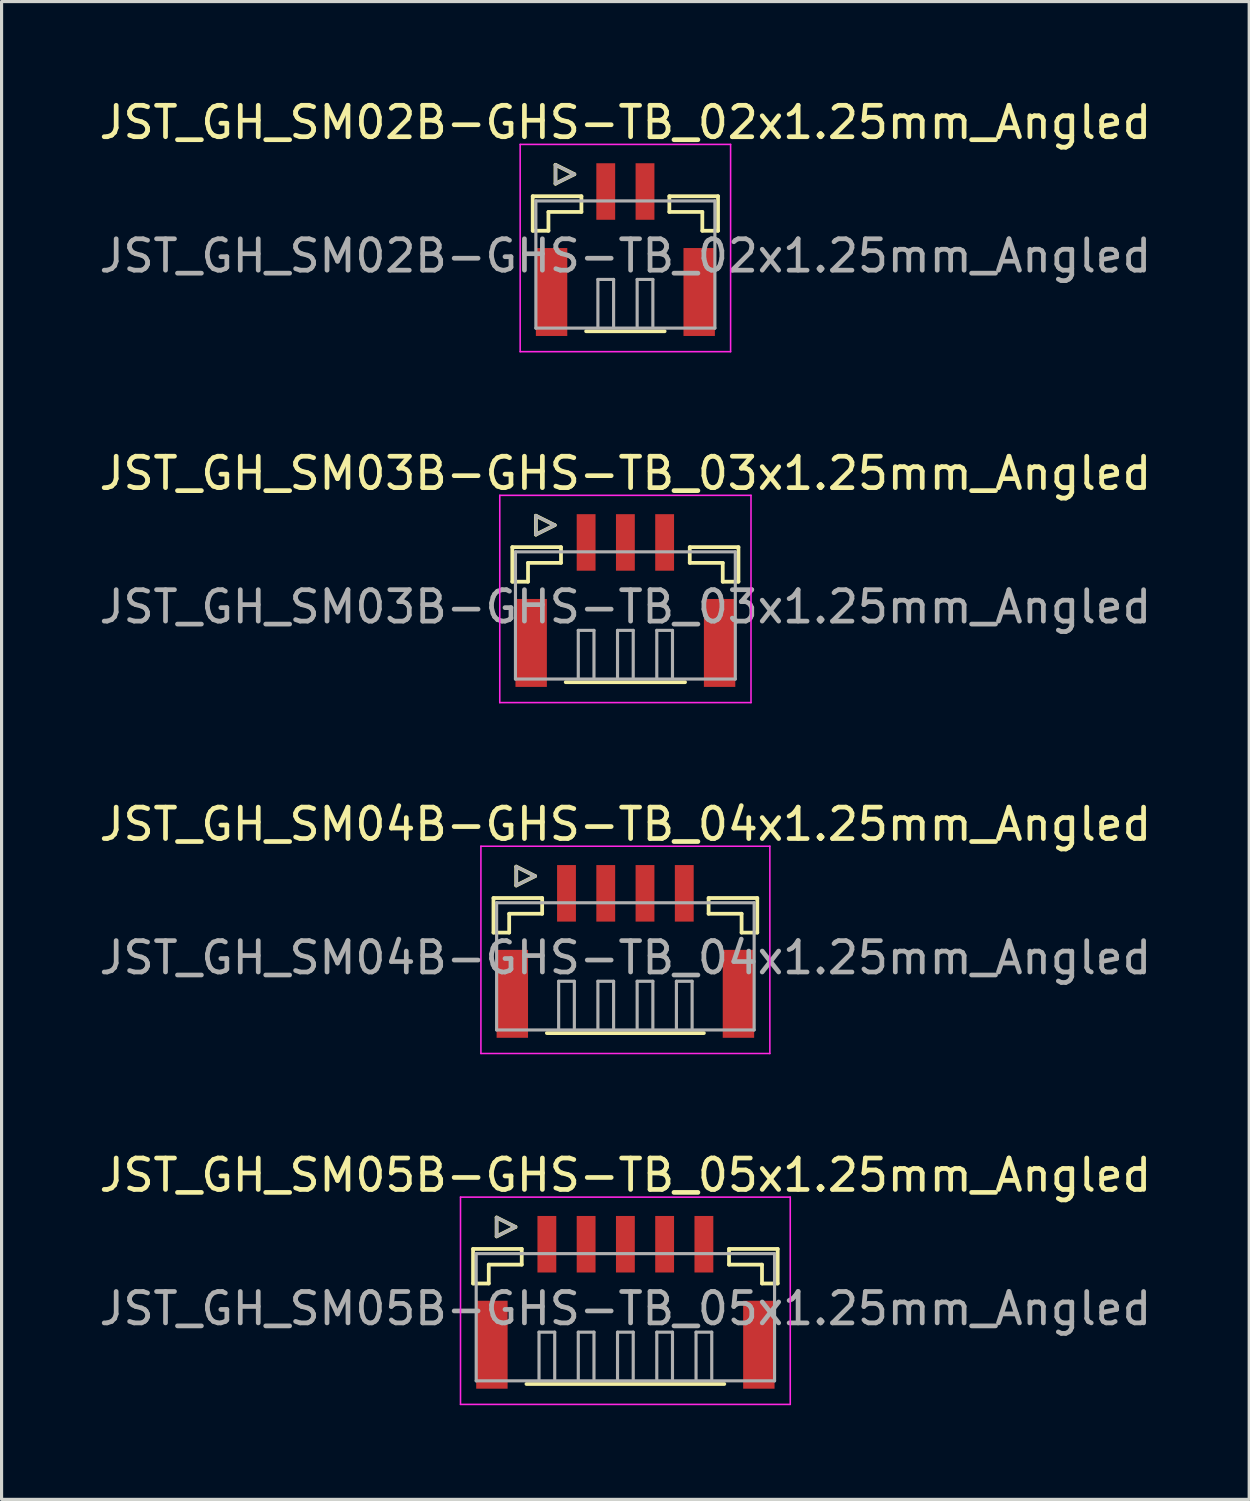
<source format=kicad_pcb>
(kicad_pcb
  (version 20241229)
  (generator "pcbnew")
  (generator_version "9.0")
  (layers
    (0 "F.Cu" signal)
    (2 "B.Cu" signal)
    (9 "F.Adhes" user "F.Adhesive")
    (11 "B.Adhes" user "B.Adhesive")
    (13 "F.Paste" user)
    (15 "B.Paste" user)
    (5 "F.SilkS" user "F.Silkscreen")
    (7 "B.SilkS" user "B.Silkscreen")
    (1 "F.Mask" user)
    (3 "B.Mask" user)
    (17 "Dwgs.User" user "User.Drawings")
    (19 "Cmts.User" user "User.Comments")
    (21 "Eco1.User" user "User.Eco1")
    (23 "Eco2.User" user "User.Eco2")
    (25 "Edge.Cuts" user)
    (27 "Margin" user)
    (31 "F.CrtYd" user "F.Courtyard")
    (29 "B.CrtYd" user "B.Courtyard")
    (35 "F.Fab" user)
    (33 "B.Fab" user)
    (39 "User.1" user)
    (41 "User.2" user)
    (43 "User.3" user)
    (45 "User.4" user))
  (footprint "JST_GH_SM02B-GHS-TB_02x1.25mm_Angled"
    (layer "F.Cu")
    (at 16.863 4.648)
    (property "Reference" "JST_GH_SM02B-GHS-TB_02x1.25mm_Angled" (at 0 -3.8 0) (layer "F.SilkS") (effects (font (size 1 1) (thickness 0.15))))
    (attr smd)
    (fp_line (start -2.95 -1.45) (end -1.4 -1.45) (stroke (width 0.12) (type solid)) (layer "F.SilkS"))
    (fp_line (start -2.95 -0.35) (end -2.95 -1.45) (stroke (width 0.12) (type solid)) (layer "F.SilkS"))
    (fp_line (start -2.45 -0.95) (end -2.45 -0.35) (stroke (width 0.12) (type solid)) (layer "F.SilkS"))
    (fp_line (start -2.45 -0.35) (end -2.95 -0.35) (stroke (width 0.12) (type solid)) (layer "F.SilkS"))
    (fp_line (start -2.225 -2.45) (end -2.225 -1.85) (stroke (width 0.12) (type solid)) (layer "F.SilkS"))
    (fp_line (start -2.225 -1.85) (end -1.625 -2.15) (stroke (width 0.12) (type solid)) (layer "F.SilkS"))
    (fp_line (start -1.625 -2.15) (end -2.225 -2.45) (stroke (width 0.12) (type solid)) (layer "F.SilkS"))
    (fp_line (start -1.4 -1.45) (end -1.4 -0.95) (stroke (width 0.12) (type solid)) (layer "F.SilkS"))
    (fp_line (start -1.4 -0.95) (end -2.45 -0.95) (stroke (width 0.12) (type solid)) (layer "F.SilkS"))
    (fp_line (start -1.25 2.85) (end 1.25 2.85) (stroke (width 0.12) (type solid)) (layer "F.SilkS"))
    (fp_line (start 1.4 -1.45) (end 1.4 -0.95) (stroke (width 0.12) (type solid)) (layer "F.SilkS"))
    (fp_line (start 1.4 -0.95) (end 2.45 -0.95) (stroke (width 0.12) (type solid)) (layer "F.SilkS"))
    (fp_line (start 2.45 -0.95) (end 2.45 -0.35) (stroke (width 0.12) (type solid)) (layer "F.SilkS"))
    (fp_line (start 2.45 -0.35) (end 2.95 -0.35) (stroke (width 0.12) (type solid)) (layer "F.SilkS"))
    (fp_line (start 2.95 -1.45) (end 1.4 -1.45) (stroke (width 0.12) (type solid)) (layer "F.SilkS"))
    (fp_line (start 2.95 -0.35) (end 2.95 -1.45) (stroke (width 0.12) (type solid)) (layer "F.SilkS"))
    (fp_line (start -3.35 -3.1) (end -3.35 3.5) (stroke (width 0.05) (type solid)) (layer "F.CrtYd"))
    (fp_line (start -3.35 3.5) (end 3.35 3.5) (stroke (width 0.05) (type solid)) (layer "F.CrtYd"))
    (fp_line (start 3.35 -3.1) (end -3.35 -3.1) (stroke (width 0.05) (type solid)) (layer "F.CrtYd"))
    (fp_line (start 3.35 3.5) (end 3.35 -3.1) (stroke (width 0.05) (type solid)) (layer "F.CrtYd"))
    (fp_line (start -2.85 -1.3) (end -2.85 2.75) (stroke (width 0.1) (type solid)) (layer "F.Fab"))
    (fp_line (start -2.85 2.75) (end 2.85 2.75) (stroke (width 0.1) (type solid)) (layer "F.Fab"))
    (fp_line (start -2.225 -2.45) (end -2.225 -1.85) (stroke (width 0.1) (type solid)) (layer "F.Fab"))
    (fp_line (start -2.225 -1.85) (end -1.625 -2.15) (stroke (width 0.1) (type solid)) (layer "F.Fab"))
    (fp_line (start -1.625 -2.15) (end -2.225 -2.45) (stroke (width 0.1) (type solid)) (layer "F.Fab"))
    (fp_line (start -0.875 1.2) (end -0.375 1.2) (stroke (width 0.1) (type solid)) (layer "F.Fab"))
    (fp_line (start -0.875 2.7) (end -0.875 1.2) (stroke (width 0.1) (type solid)) (layer "F.Fab"))
    (fp_line (start -0.375 1.2) (end -0.375 2.7) (stroke (width 0.1) (type solid)) (layer "F.Fab"))
    (fp_line (start 0.375 1.2) (end 0.875 1.2) (stroke (width 0.1) (type solid)) (layer "F.Fab"))
    (fp_line (start 0.375 2.7) (end 0.375 1.2) (stroke (width 0.1) (type solid)) (layer "F.Fab"))
    (fp_line (start 0.875 1.2) (end 0.875 2.7) (stroke (width 0.1) (type solid)) (layer "F.Fab"))
    (fp_line (start 2.85 -1.3) (end -2.85 -1.3) (stroke (width 0.1) (type solid)) (layer "F.Fab"))
    (fp_line (start 2.85 2.75) (end 2.85 -1.3) (stroke (width 0.1) (type solid)) (layer "F.Fab"))
    (fp_text user "${REFERENCE}" (at 0 0.45 0) (layer "F.Fab") (effects (font (size 1 1) (thickness 0.15))))
    (pad "" smd rect (at -2.35 1.6) (size 1 2.8) (layers "F.Cu" "F.Mask" "F.Paste"))
    (pad "" smd rect (at 2.35 1.6) (size 1 2.8) (layers "F.Cu" "F.Mask" "F.Paste"))
    (pad "1" smd rect (at -0.625 -1.6) (size 0.6 1.8) (layers "F.Cu" "F.Mask" "F.Paste"))
    (pad "2" smd rect (at 0.625 -1.6) (size 0.6 1.8) (layers "F.Cu" "F.Mask" "F.Paste")))
  (footprint "JST_GH_SM03B-GHS-TB_03x1.25mm_Angled"
    (layer "F.Cu")
    (at 16.863 15.822)
    (property "Reference" "JST_GH_SM03B-GHS-TB_03x1.25mm_Angled" (at 0 -3.8 0) (layer "F.SilkS") (effects (font (size 1 1) (thickness 0.15))))
    (attr smd)
    (fp_line (start -3.6 -1.45) (end -2.05 -1.45) (stroke (width 0.12) (type solid)) (layer "F.SilkS"))
    (fp_line (start -3.6 -0.35) (end -3.6 -1.45) (stroke (width 0.12) (type solid)) (layer "F.SilkS"))
    (fp_line (start -3.1 -0.95) (end -3.1 -0.35) (stroke (width 0.12) (type solid)) (layer "F.SilkS"))
    (fp_line (start -3.1 -0.35) (end -3.6 -0.35) (stroke (width 0.12) (type solid)) (layer "F.SilkS"))
    (fp_line (start -2.85 -2.45) (end -2.85 -1.85) (stroke (width 0.12) (type solid)) (layer "F.SilkS"))
    (fp_line (start -2.85 -1.85) (end -2.25 -2.15) (stroke (width 0.12) (type solid)) (layer "F.SilkS"))
    (fp_line (start -2.25 -2.15) (end -2.85 -2.45) (stroke (width 0.12) (type solid)) (layer "F.SilkS"))
    (fp_line (start -2.05 -1.45) (end -2.05 -0.95) (stroke (width 0.12) (type solid)) (layer "F.SilkS"))
    (fp_line (start -2.05 -0.95) (end -3.1 -0.95) (stroke (width 0.12) (type solid)) (layer "F.SilkS"))
    (fp_line (start -1.9 2.85) (end 1.9 2.85) (stroke (width 0.12) (type solid)) (layer "F.SilkS"))
    (fp_line (start 2.05 -1.45) (end 2.05 -0.95) (stroke (width 0.12) (type solid)) (layer "F.SilkS"))
    (fp_line (start 2.05 -0.95) (end 3.1 -0.95) (stroke (width 0.12) (type solid)) (layer "F.SilkS"))
    (fp_line (start 3.1 -0.95) (end 3.1 -0.35) (stroke (width 0.12) (type solid)) (layer "F.SilkS"))
    (fp_line (start 3.1 -0.35) (end 3.6 -0.35) (stroke (width 0.12) (type solid)) (layer "F.SilkS"))
    (fp_line (start 3.6 -1.45) (end 2.05 -1.45) (stroke (width 0.12) (type solid)) (layer "F.SilkS"))
    (fp_line (start 3.6 -0.35) (end 3.6 -1.45) (stroke (width 0.12) (type solid)) (layer "F.SilkS"))
    (fp_line (start -4 -3.1) (end -4 3.5) (stroke (width 0.05) (type solid)) (layer "F.CrtYd"))
    (fp_line (start -4 3.5) (end 4 3.5) (stroke (width 0.05) (type solid)) (layer "F.CrtYd"))
    (fp_line (start 4 -3.1) (end -4 -3.1) (stroke (width 0.05) (type solid)) (layer "F.CrtYd"))
    (fp_line (start 4 3.5) (end 4 -3.1) (stroke (width 0.05) (type solid)) (layer "F.CrtYd"))
    (fp_line (start -3.5 -1.3) (end -3.5 2.75) (stroke (width 0.1) (type solid)) (layer "F.Fab"))
    (fp_line (start -3.5 2.75) (end 3.5 2.75) (stroke (width 0.1) (type solid)) (layer "F.Fab"))
    (fp_line (start -2.85 -2.45) (end -2.85 -1.85) (stroke (width 0.1) (type solid)) (layer "F.Fab"))
    (fp_line (start -2.85 -1.85) (end -2.25 -2.15) (stroke (width 0.1) (type solid)) (layer "F.Fab"))
    (fp_line (start -2.25 -2.15) (end -2.85 -2.45) (stroke (width 0.1) (type solid)) (layer "F.Fab"))
    (fp_line (start -1.5 1.2) (end -1 1.2) (stroke (width 0.1) (type solid)) (layer "F.Fab"))
    (fp_line (start -1.5 2.7) (end -1.5 1.2) (stroke (width 0.1) (type solid)) (layer "F.Fab"))
    (fp_line (start -1 1.2) (end -1 2.7) (stroke (width 0.1) (type solid)) (layer "F.Fab"))
    (fp_line (start -0.25 1.2) (end 0.25 1.2) (stroke (width 0.1) (type solid)) (layer "F.Fab"))
    (fp_line (start -0.25 2.7) (end -0.25 1.2) (stroke (width 0.1) (type solid)) (layer "F.Fab"))
    (fp_line (start 0.25 1.2) (end 0.25 2.7) (stroke (width 0.1) (type solid)) (layer "F.Fab"))
    (fp_line (start 1 1.2) (end 1.5 1.2) (stroke (width 0.1) (type solid)) (layer "F.Fab"))
    (fp_line (start 1 2.7) (end 1 1.2) (stroke (width 0.1) (type solid)) (layer "F.Fab"))
    (fp_line (start 1.5 1.2) (end 1.5 2.7) (stroke (width 0.1) (type solid)) (layer "F.Fab"))
    (fp_line (start 3.5 -1.3) (end -3.5 -1.3) (stroke (width 0.1) (type solid)) (layer "F.Fab"))
    (fp_line (start 3.5 2.75) (end 3.5 -1.3) (stroke (width 0.1) (type solid)) (layer "F.Fab"))
    (fp_text user "${REFERENCE}" (at 0 0.45 0) (layer "F.Fab") (effects (font (size 1 1) (thickness 0.15))))
    (pad "" smd rect (at -3 1.6) (size 1 2.8) (layers "F.Cu" "F.Mask" "F.Paste"))
    (pad "" smd rect (at 3 1.6) (size 1 2.8) (layers "F.Cu" "F.Mask" "F.Paste"))
    (pad "1" smd rect (at -1.25 -1.6) (size 0.6 1.8) (layers "F.Cu" "F.Mask" "F.Paste"))
    (pad "2" smd rect (at 0 -1.6) (size 0.6 1.8) (layers "F.Cu" "F.Mask" "F.Paste"))
    (pad "3" smd rect (at 1.25 -1.6) (size 0.6 1.8) (layers "F.Cu" "F.Mask" "F.Paste")))
  (footprint "JST_GH_SM04B-GHS-TB_04x1.25mm_Angled"
    (layer "F.Cu")
    (at 16.863 26.995)
    (property "Reference" "JST_GH_SM04B-GHS-TB_04x1.25mm_Angled" (at 0 -3.8 0) (layer "F.SilkS") (effects (font (size 1 1) (thickness 0.15))))
    (attr smd)
    (fp_line (start -4.2 -1.45) (end -2.65 -1.45) (stroke (width 0.12) (type solid)) (layer "F.SilkS"))
    (fp_line (start -4.2 -0.35) (end -4.2 -1.45) (stroke (width 0.12) (type solid)) (layer "F.SilkS"))
    (fp_line (start -3.7 -0.95) (end -3.7 -0.35) (stroke (width 0.12) (type solid)) (layer "F.SilkS"))
    (fp_line (start -3.7 -0.35) (end -4.2 -0.35) (stroke (width 0.12) (type solid)) (layer "F.SilkS"))
    (fp_line (start -3.475 -2.45) (end -3.475 -1.85) (stroke (width 0.12) (type solid)) (layer "F.SilkS"))
    (fp_line (start -3.475 -1.85) (end -2.875 -2.15) (stroke (width 0.12) (type solid)) (layer "F.SilkS"))
    (fp_line (start -2.875 -2.15) (end -3.475 -2.45) (stroke (width 0.12) (type solid)) (layer "F.SilkS"))
    (fp_line (start -2.65 -1.45) (end -2.65 -0.95) (stroke (width 0.12) (type solid)) (layer "F.SilkS"))
    (fp_line (start -2.65 -0.95) (end -3.7 -0.95) (stroke (width 0.12) (type solid)) (layer "F.SilkS"))
    (fp_line (start -2.5 2.85) (end 2.5 2.85) (stroke (width 0.12) (type solid)) (layer "F.SilkS"))
    (fp_line (start 2.65 -1.45) (end 2.65 -0.95) (stroke (width 0.12) (type solid)) (layer "F.SilkS"))
    (fp_line (start 2.65 -0.95) (end 3.7 -0.95) (stroke (width 0.12) (type solid)) (layer "F.SilkS"))
    (fp_line (start 3.7 -0.95) (end 3.7 -0.35) (stroke (width 0.12) (type solid)) (layer "F.SilkS"))
    (fp_line (start 3.7 -0.35) (end 4.2 -0.35) (stroke (width 0.12) (type solid)) (layer "F.SilkS"))
    (fp_line (start 4.2 -1.45) (end 2.65 -1.45) (stroke (width 0.12) (type solid)) (layer "F.SilkS"))
    (fp_line (start 4.2 -0.35) (end 4.2 -1.45) (stroke (width 0.12) (type solid)) (layer "F.SilkS"))
    (fp_line (start -4.6 -3.1) (end -4.6 3.5) (stroke (width 0.05) (type solid)) (layer "F.CrtYd"))
    (fp_line (start -4.6 3.5) (end 4.6 3.5) (stroke (width 0.05) (type solid)) (layer "F.CrtYd"))
    (fp_line (start 4.6 -3.1) (end -4.6 -3.1) (stroke (width 0.05) (type solid)) (layer "F.CrtYd"))
    (fp_line (start 4.6 3.5) (end 4.6 -3.1) (stroke (width 0.05) (type solid)) (layer "F.CrtYd"))
    (fp_line (start -4.1 -1.3) (end -4.1 2.75) (stroke (width 0.1) (type solid)) (layer "F.Fab"))
    (fp_line (start -4.1 2.75) (end 4.1 2.75) (stroke (width 0.1) (type solid)) (layer "F.Fab"))
    (fp_line (start -3.475 -2.45) (end -3.475 -1.85) (stroke (width 0.1) (type solid)) (layer "F.Fab"))
    (fp_line (start -3.475 -1.85) (end -2.875 -2.15) (stroke (width 0.1) (type solid)) (layer "F.Fab"))
    (fp_line (start -2.875 -2.15) (end -3.475 -2.45) (stroke (width 0.1) (type solid)) (layer "F.Fab"))
    (fp_line (start -2.125 1.2) (end -1.625 1.2) (stroke (width 0.1) (type solid)) (layer "F.Fab"))
    (fp_line (start -2.125 2.7) (end -2.125 1.2) (stroke (width 0.1) (type solid)) (layer "F.Fab"))
    (fp_line (start -1.625 1.2) (end -1.625 2.7) (stroke (width 0.1) (type solid)) (layer "F.Fab"))
    (fp_line (start -0.875 1.2) (end -0.375 1.2) (stroke (width 0.1) (type solid)) (layer "F.Fab"))
    (fp_line (start -0.875 2.7) (end -0.875 1.2) (stroke (width 0.1) (type solid)) (layer "F.Fab"))
    (fp_line (start -0.375 1.2) (end -0.375 2.7) (stroke (width 0.1) (type solid)) (layer "F.Fab"))
    (fp_line (start 0.375 1.2) (end 0.875 1.2) (stroke (width 0.1) (type solid)) (layer "F.Fab"))
    (fp_line (start 0.375 2.7) (end 0.375 1.2) (stroke (width 0.1) (type solid)) (layer "F.Fab"))
    (fp_line (start 0.875 1.2) (end 0.875 2.7) (stroke (width 0.1) (type solid)) (layer "F.Fab"))
    (fp_line (start 1.625 1.2) (end 2.125 1.2) (stroke (width 0.1) (type solid)) (layer "F.Fab"))
    (fp_line (start 1.625 2.7) (end 1.625 1.2) (stroke (width 0.1) (type solid)) (layer "F.Fab"))
    (fp_line (start 2.125 1.2) (end 2.125 2.7) (stroke (width 0.1) (type solid)) (layer "F.Fab"))
    (fp_line (start 4.1 -1.3) (end -4.1 -1.3) (stroke (width 0.1) (type solid)) (layer "F.Fab"))
    (fp_line (start 4.1 2.75) (end 4.1 -1.3) (stroke (width 0.1) (type solid)) (layer "F.Fab"))
    (fp_text user "${REFERENCE}" (at 0 0.45 0) (layer "F.Fab") (effects (font (size 1 1) (thickness 0.15))))
    (pad "" smd rect (at -3.6 1.6) (size 1 2.8) (layers "F.Cu" "F.Mask" "F.Paste"))
    (pad "" smd rect (at 3.6 1.6) (size 1 2.8) (layers "F.Cu" "F.Mask" "F.Paste"))
    (pad "1" smd rect (at -1.875 -1.6) (size 0.6 1.8) (layers "F.Cu" "F.Mask" "F.Paste"))
    (pad "2" smd rect (at -0.625 -1.6) (size 0.6 1.8) (layers "F.Cu" "F.Mask" "F.Paste"))
    (pad "3" smd rect (at 0.625 -1.6) (size 0.6 1.8) (layers "F.Cu" "F.Mask" "F.Paste"))
    (pad "4" smd rect (at 1.875 -1.6) (size 0.6 1.8) (layers "F.Cu" "F.Mask" "F.Paste")))
  (footprint "JST_GH_SM05B-GHS-TB_05x1.25mm_Angled"
    (layer "F.Cu")
    (at 16.863 38.168)
    (property "Reference" "JST_GH_SM05B-GHS-TB_05x1.25mm_Angled" (at 0 -3.8 0) (layer "F.SilkS") (effects (font (size 1 1) (thickness 0.15))))
    (attr smd)
    (fp_line (start -4.85 -1.45) (end -3.3 -1.45) (stroke (width 0.12) (type solid)) (layer "F.SilkS"))
    (fp_line (start -4.85 -0.35) (end -4.85 -1.45) (stroke (width 0.12) (type solid)) (layer "F.SilkS"))
    (fp_line (start -4.35 -0.95) (end -4.35 -0.35) (stroke (width 0.12) (type solid)) (layer "F.SilkS"))
    (fp_line (start -4.35 -0.35) (end -4.85 -0.35) (stroke (width 0.12) (type solid)) (layer "F.SilkS"))
    (fp_line (start -4.1 -2.45) (end -4.1 -1.85) (stroke (width 0.12) (type solid)) (layer "F.SilkS"))
    (fp_line (start -4.1 -1.85) (end -3.5 -2.15) (stroke (width 0.12) (type solid)) (layer "F.SilkS"))
    (fp_line (start -3.5 -2.15) (end -4.1 -2.45) (stroke (width 0.12) (type solid)) (layer "F.SilkS"))
    (fp_line (start -3.3 -1.45) (end -3.3 -0.95) (stroke (width 0.12) (type solid)) (layer "F.SilkS"))
    (fp_line (start -3.3 -0.95) (end -4.35 -0.95) (stroke (width 0.12) (type solid)) (layer "F.SilkS"))
    (fp_line (start -3.15 2.85) (end 3.15 2.85) (stroke (width 0.12) (type solid)) (layer "F.SilkS"))
    (fp_line (start 3.3 -1.45) (end 3.3 -0.95) (stroke (width 0.12) (type solid)) (layer "F.SilkS"))
    (fp_line (start 3.3 -0.95) (end 4.35 -0.95) (stroke (width 0.12) (type solid)) (layer "F.SilkS"))
    (fp_line (start 4.35 -0.95) (end 4.35 -0.35) (stroke (width 0.12) (type solid)) (layer "F.SilkS"))
    (fp_line (start 4.35 -0.35) (end 4.85 -0.35) (stroke (width 0.12) (type solid)) (layer "F.SilkS"))
    (fp_line (start 4.85 -1.45) (end 3.3 -1.45) (stroke (width 0.12) (type solid)) (layer "F.SilkS"))
    (fp_line (start 4.85 -0.35) (end 4.85 -1.45) (stroke (width 0.12) (type solid)) (layer "F.SilkS"))
    (fp_line (start -5.25 -3.1) (end -5.25 3.5) (stroke (width 0.05) (type solid)) (layer "F.CrtYd"))
    (fp_line (start -5.25 3.5) (end 5.25 3.5) (stroke (width 0.05) (type solid)) (layer "F.CrtYd"))
    (fp_line (start 5.25 -3.1) (end -5.25 -3.1) (stroke (width 0.05) (type solid)) (layer "F.CrtYd"))
    (fp_line (start 5.25 3.5) (end 5.25 -3.1) (stroke (width 0.05) (type solid)) (layer "F.CrtYd"))
    (fp_line (start -4.75 -1.3) (end -4.75 2.75) (stroke (width 0.1) (type solid)) (layer "F.Fab"))
    (fp_line (start -4.75 2.75) (end 4.75 2.75) (stroke (width 0.1) (type solid)) (layer "F.Fab"))
    (fp_line (start -4.1 -2.45) (end -4.1 -1.85) (stroke (width 0.1) (type solid)) (layer "F.Fab"))
    (fp_line (start -4.1 -1.85) (end -3.5 -2.15) (stroke (width 0.1) (type solid)) (layer "F.Fab"))
    (fp_line (start -3.5 -2.15) (end -4.1 -2.45) (stroke (width 0.1) (type solid)) (layer "F.Fab"))
    (fp_line (start -2.75 1.2) (end -2.25 1.2) (stroke (width 0.1) (type solid)) (layer "F.Fab"))
    (fp_line (start -2.75 2.7) (end -2.75 1.2) (stroke (width 0.1) (type solid)) (layer "F.Fab"))
    (fp_line (start -2.25 1.2) (end -2.25 2.7) (stroke (width 0.1) (type solid)) (layer "F.Fab"))
    (fp_line (start -1.5 1.2) (end -1 1.2) (stroke (width 0.1) (type solid)) (layer "F.Fab"))
    (fp_line (start -1.5 2.7) (end -1.5 1.2) (stroke (width 0.1) (type solid)) (layer "F.Fab"))
    (fp_line (start -1 1.2) (end -1 2.7) (stroke (width 0.1) (type solid)) (layer "F.Fab"))
    (fp_line (start -0.25 1.2) (end 0.25 1.2) (stroke (width 0.1) (type solid)) (layer "F.Fab"))
    (fp_line (start -0.25 2.7) (end -0.25 1.2) (stroke (width 0.1) (type solid)) (layer "F.Fab"))
    (fp_line (start 0.25 1.2) (end 0.25 2.7) (stroke (width 0.1) (type solid)) (layer "F.Fab"))
    (fp_line (start 1 1.2) (end 1.5 1.2) (stroke (width 0.1) (type solid)) (layer "F.Fab"))
    (fp_line (start 1 2.7) (end 1 1.2) (stroke (width 0.1) (type solid)) (layer "F.Fab"))
    (fp_line (start 1.5 1.2) (end 1.5 2.7) (stroke (width 0.1) (type solid)) (layer "F.Fab"))
    (fp_line (start 2.25 1.2) (end 2.75 1.2) (stroke (width 0.1) (type solid)) (layer "F.Fab"))
    (fp_line (start 2.25 2.7) (end 2.25 1.2) (stroke (width 0.1) (type solid)) (layer "F.Fab"))
    (fp_line (start 2.75 1.2) (end 2.75 2.7) (stroke (width 0.1) (type solid)) (layer "F.Fab"))
    (fp_line (start 4.75 -1.3) (end -4.75 -1.3) (stroke (width 0.1) (type solid)) (layer "F.Fab"))
    (fp_line (start 4.75 2.75) (end 4.75 -1.3) (stroke (width 0.1) (type solid)) (layer "F.Fab"))
    (fp_text user "${REFERENCE}" (at 0 0.45 0) (layer "F.Fab") (effects (font (size 1 1) (thickness 0.15))))
    (pad "" smd rect (at -4.25 1.6) (size 1 2.8) (layers "F.Cu" "F.Mask" "F.Paste"))
    (pad "" smd rect (at 4.25 1.6) (size 1 2.8) (layers "F.Cu" "F.Mask" "F.Paste"))
    (pad "1" smd rect (at -2.5 -1.6) (size 0.6 1.8) (layers "F.Cu" "F.Mask" "F.Paste"))
    (pad "2" smd rect (at -1.25 -1.6) (size 0.6 1.8) (layers "F.Cu" "F.Mask" "F.Paste"))
    (pad "3" smd rect (at 0 -1.6) (size 0.6 1.8) (layers "F.Cu" "F.Mask" "F.Paste"))
    (pad "4" smd rect (at 1.25 -1.6) (size 0.6 1.8) (layers "F.Cu" "F.Mask" "F.Paste"))
    (pad "5" smd rect (at 2.5 -1.6) (size 0.6 1.8) (layers "F.Cu" "F.Mask" "F.Paste")))
  (gr_rect
    (start -3 -3)
    (end 36.726 44.693)
    (stroke (width 0.1) (type default))
    (fill no)
    (layer "Edge.Cuts")))
</source>
